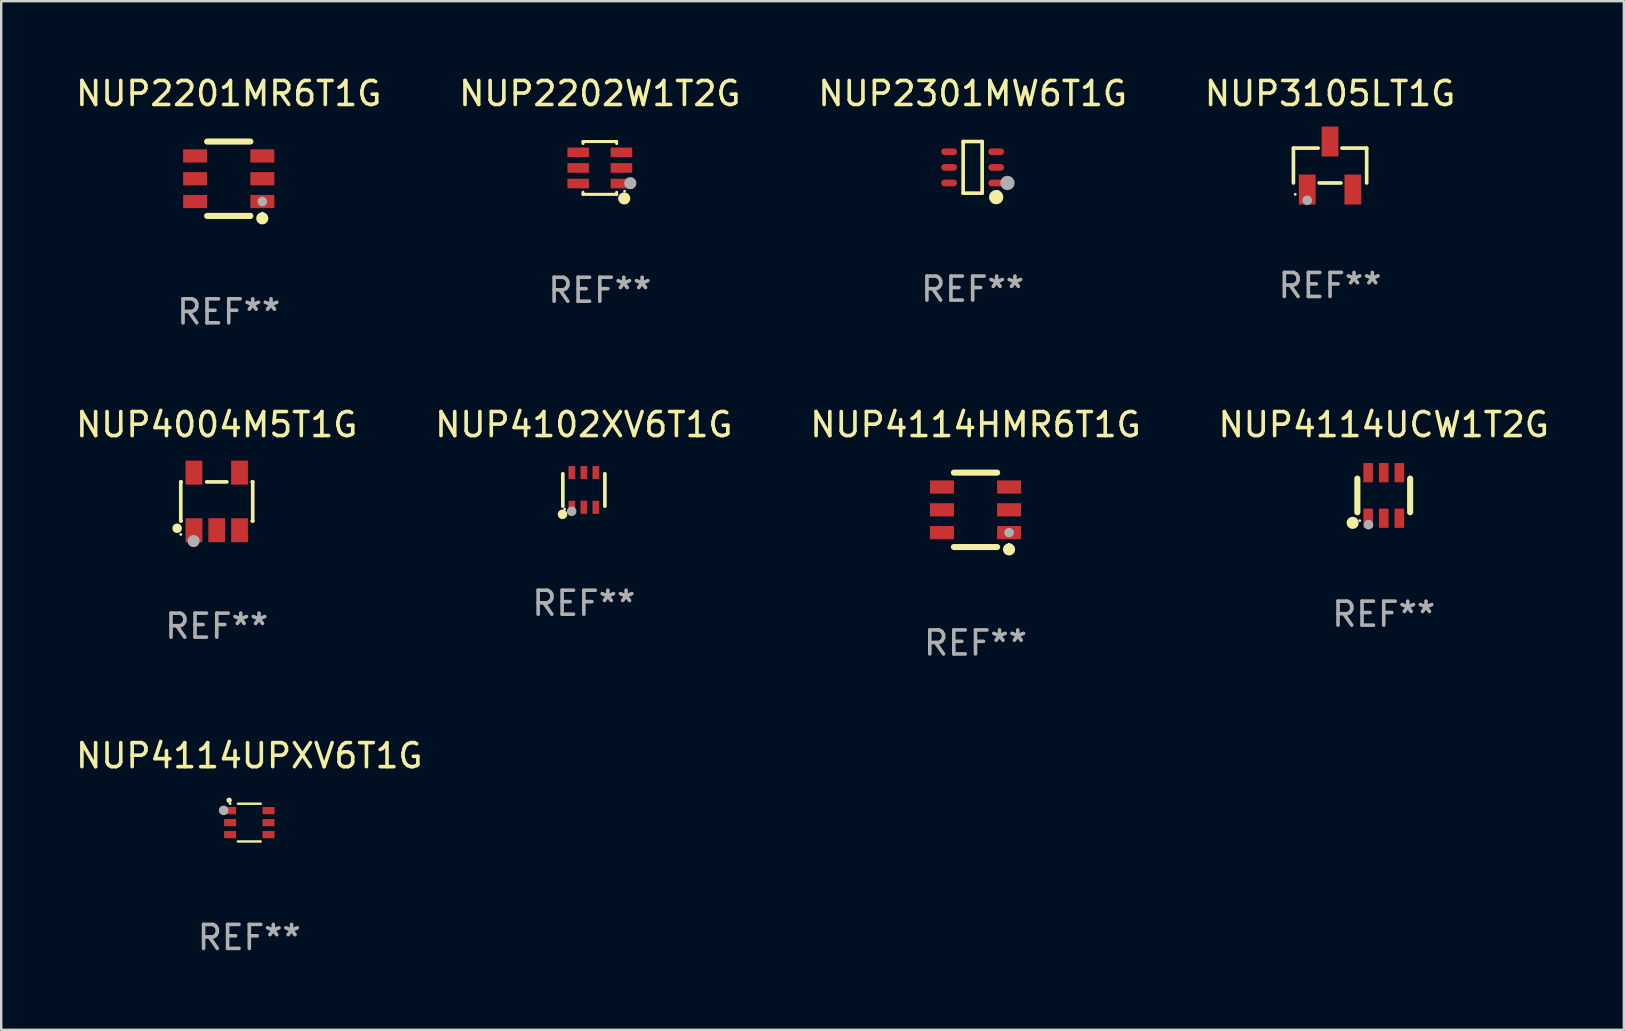
<source format=kicad_pcb>
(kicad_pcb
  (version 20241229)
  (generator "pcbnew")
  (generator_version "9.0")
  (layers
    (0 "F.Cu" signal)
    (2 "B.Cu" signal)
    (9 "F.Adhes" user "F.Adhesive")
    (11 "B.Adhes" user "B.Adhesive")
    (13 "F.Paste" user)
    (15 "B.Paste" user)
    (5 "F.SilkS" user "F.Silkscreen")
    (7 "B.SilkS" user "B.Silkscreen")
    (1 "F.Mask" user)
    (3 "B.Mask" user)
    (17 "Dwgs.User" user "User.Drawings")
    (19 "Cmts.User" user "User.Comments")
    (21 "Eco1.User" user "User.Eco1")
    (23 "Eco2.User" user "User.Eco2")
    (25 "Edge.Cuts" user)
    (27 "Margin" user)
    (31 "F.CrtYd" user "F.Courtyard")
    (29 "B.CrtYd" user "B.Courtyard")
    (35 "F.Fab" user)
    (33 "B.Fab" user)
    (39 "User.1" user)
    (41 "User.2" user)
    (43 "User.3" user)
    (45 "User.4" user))
  (footprint "NUP3105LT1G"
    (layer "F.Cu")
    (at 52.375 3.848)
    (property "Reference" "NUP3105LT1G" (at 0 -3 0) (layer "F.SilkS") (effects (font (size 1 1) (thickness 0.15))))
    (attr through_hole)
    (fp_line (start -1.526 -0.726) (end -0.495 -0.726) (stroke (width 0.152) (type solid)) (layer "F.SilkS"))
    (fp_line (start -1.526 0.726) (end -1.526 -0.726) (stroke (width 0.152) (type solid)) (layer "F.SilkS"))
    (fp_line (start 0.455 0.726) (end -0.455 0.726) (stroke (width 0.152) (type solid)) (layer "F.SilkS"))
    (fp_line (start 1.526 -0.726) (end 0.495 -0.726) (stroke (width 0.152) (type solid)) (layer "F.SilkS"))
    (fp_line (start 1.526 0.726) (end 1.526 -0.726) (stroke (width 0.152) (type solid)) (layer "F.SilkS"))
    (fp_circle (center -1.45 1.2) (end -1.42 1.2) (stroke (width 0.06) (type solid)) (fill no) (layer "F.SilkS"))
    (fp_circle (center -0.95 1.45) (end -0.85 1.45) (stroke (width 0.2) (type solid)) (fill no) (layer "F.Fab"))
    (fp_text user "REF**" (at 0 5 0) (layer "F.Fab") (effects (font (size 1 1) (thickness 0.15))))
    (pad "1" smd rect (at -0.95 1 270) (size 1.25 0.7) (layers "F.Cu" "F.Mask" "F.Paste"))
    (pad "2" smd rect (at 0.95 1 270) (size 1.25 0.7) (layers "F.Cu" "F.Mask" "F.Paste"))
    (pad "3" smd rect (at 0 -1 270) (size 1.25 0.7) (layers "F.Cu" "F.Mask" "F.Paste")))
  (footprint "NUP4004M5T1G"
    (layer "F.Cu")
    (at 5.982 17.845)
    (property "Reference" "NUP4004M5T1G" (at 0 -3.2 0) (layer "F.SilkS") (effects (font (size 1 1) (thickness 0.15))))
    (attr through_hole)
    (fp_line (start -1.499 -0.813) (end -1.48 -0.813) (stroke (width 0.152) (type solid)) (layer "F.SilkS"))
    (fp_line (start -1.499 0.813) (end -1.499 -0.813) (stroke (width 0.152) (type solid)) (layer "F.SilkS"))
    (fp_line (start -1.48 0.813) (end -1.499 0.813) (stroke (width 0.152) (type solid)) (layer "F.SilkS"))
    (fp_line (start -0.42 -0.813) (end 0.42 -0.813) (stroke (width 0.152) (type solid)) (layer "F.SilkS"))
    (fp_line (start 1.48 -0.813) (end 1.499 -0.813) (stroke (width 0.152) (type solid)) (layer "F.SilkS"))
    (fp_line (start 1.499 -0.813) (end 1.499 0.813) (stroke (width 0.152) (type solid)) (layer "F.SilkS"))
    (fp_line (start 1.499 0.813) (end 1.48 0.813) (stroke (width 0.152) (type solid)) (layer "F.SilkS"))
    (fp_circle (center -1.651 1.118) (end -1.551 1.118) (stroke (width 0.2) (type solid)) (fill no) (layer "F.SilkS"))
    (fp_circle (center -1.5 1.375) (end -1.47 1.375) (stroke (width 0.06) (type solid)) (fill no) (layer "F.SilkS"))
    (fp_circle (center -0.965 1.651) (end -0.838 1.651) (stroke (width 0.254) (type solid)) (fill no) (layer "F.Fab"))
    (fp_text user "REF**" (at 0 5.2 0) (layer "F.Fab") (effects (font (size 1 1) (thickness 0.15))))
    (pad "1" smd rect (at -0.95 1.2) (size 0.7 1) (layers "F.Cu" "F.Mask" "F.Paste"))
    (pad "2" smd rect (at 0 1.2) (size 0.7 1) (layers "F.Cu" "F.Mask" "F.Paste"))
    (pad "3" smd rect (at 0.95 1.2) (size 0.7 1) (layers "F.Cu" "F.Mask" "F.Paste"))
    (pad "4" smd rect (at 0.95 -1.2) (size 0.7 1) (layers "F.Cu" "F.Mask" "F.Paste"))
    (pad "5" smd rect (at -0.95 -1.2) (size 0.7 1) (layers "F.Cu" "F.Mask" "F.Paste")))
  (footprint "NUP4114UPXV6T1G"
    (layer "F.Cu")
    (at 7.339 31.229)
    (property "Reference" "NUP4114UPXV6T1G" (at 0 -2.787 0) (layer "F.SilkS") (effects (font (size 1 1) (thickness 0.15))))
    (attr through_hole)
    (fp_line (start 0.475 -0.787) (end -0.475 -0.787) (stroke (width 0.1) (type solid)) (layer "F.SilkS"))
    (fp_line (start 0.475 0.787) (end -0.475 0.787) (stroke (width 0.1) (type solid)) (layer "F.SilkS"))
    (fp_circle (center -0.84 -0.93) (end -0.78 -0.93) (stroke (width 0.102) (type solid)) (fill no) (layer "F.SilkS"))
    (fp_circle (center -0.8 -0.79) (end -0.77 -0.79) (stroke (width 0.06) (type solid)) (fill no) (layer "F.SilkS"))
    (fp_circle (center -1.07 -0.51) (end -0.97 -0.51) (stroke (width 0.2) (type solid)) (fill no) (layer "F.Fab"))
    (fp_text user "REF**" (at 0 4.787 0) (layer "F.Fab") (effects (font (size 1 1) (thickness 0.15))))
    (pad "1" smd rect (at -0.8 -0.499 270) (size 0.3 0.5) (layers "F.Cu" "F.Mask" "F.Paste"))
    (pad "2" smd rect (at -0.8 0.001 270) (size 0.3 0.5) (layers "F.Cu" "F.Mask" "F.Paste"))
    (pad "3" smd rect (at -0.8 0.501 270) (size 0.3 0.5) (layers "F.Cu" "F.Mask" "F.Paste"))
    (pad "4" smd rect (at 0.8 0.501 270) (size 0.3 0.5) (layers "F.Cu" "F.Mask" "F.Paste"))
    (pad "5" smd rect (at 0.8 0.001 270) (size 0.3 0.5) (layers "F.Cu" "F.Mask" "F.Paste"))
    (pad "6" smd rect (at 0.8 -0.499 270) (size 0.3 0.5) (layers "F.Cu" "F.Mask" "F.Paste")))
  (footprint "NUP2201MR6T1G"
    (layer "F.Cu")
    (at 6.482 4.398)
    (property "Reference" "NUP2201MR6T1G" (at 0 -3.55 0) (layer "F.SilkS") (effects (font (size 1 1) (thickness 0.15))))
    (attr through_hole)
    (fp_line (start -0.9 -1.55) (end 0.9 -1.55) (stroke (width 0.254) (type solid)) (layer "F.SilkS"))
    (fp_line (start -0.9 1.55) (end 0.9 1.55) (stroke (width 0.254) (type solid)) (layer "F.SilkS"))
    (fp_circle (center 1.397 1.651) (end 1.524 1.651) (stroke (width 0.254) (type solid)) (fill no) (layer "F.SilkS"))
    (fp_circle (center 1.4 1.435) (end 1.43 1.435) (stroke (width 0.06) (type solid)) (fill no) (layer "F.SilkS"))
    (fp_circle (center 1.4 0.95) (end 1.5 0.95) (stroke (width 0.2) (type solid)) (fill no) (layer "F.Fab"))
    (fp_text user "REF**" (at 0 5.55 0) (layer "F.Fab") (effects (font (size 1 1) (thickness 0.15))))
    (pad "1" smd rect (at 1.4 0.95) (size 1 0.55) (layers "F.Cu" "F.Mask" "F.Paste"))
    (pad "2" smd rect (at 1.4 -0.000102) (size 1 0.55) (layers "F.Cu" "F.Mask" "F.Paste"))
    (pad "3" smd rect (at 1.4 -0.95) (size 1 0.55) (layers "F.Cu" "F.Mask" "F.Paste"))
    (pad "4" smd rect (at -1.4 -0.95) (size 1 0.55) (layers "F.Cu" "F.Mask" "F.Paste"))
    (pad "5" smd rect (at -1.4 -0.000102) (size 1 0.55) (layers "F.Cu" "F.Mask" "F.Paste"))
    (pad "6" smd rect (at -1.4 0.95) (size 1 0.55) (layers "F.Cu" "F.Mask" "F.Paste")))
  (footprint "NUP4114HMR6T1G"
    (layer "F.Cu")
    (at 37.601 18.195)
    (property "Reference" "NUP4114HMR6T1G" (at 0 -3.55 0) (layer "F.SilkS") (effects (font (size 1 1) (thickness 0.15))))
    (attr through_hole)
    (fp_line (start -0.9 -1.55) (end 0.9 -1.55) (stroke (width 0.254) (type solid)) (layer "F.SilkS"))
    (fp_line (start -0.9 1.55) (end 0.9 1.55) (stroke (width 0.254) (type solid)) (layer "F.SilkS"))
    (fp_circle (center 1.397 1.651) (end 1.524 1.651) (stroke (width 0.254) (type solid)) (fill no) (layer "F.SilkS"))
    (fp_circle (center 1.4 1.435) (end 1.43 1.435) (stroke (width 0.06) (type solid)) (fill no) (layer "F.SilkS"))
    (fp_circle (center 1.4 0.95) (end 1.5 0.95) (stroke (width 0.2) (type solid)) (fill no) (layer "F.Fab"))
    (fp_text user "REF**" (at 0 5.55 0) (layer "F.Fab") (effects (font (size 1 1) (thickness 0.15))))
    (pad "1" smd rect (at 1.4 0.95) (size 1 0.55) (layers "F.Cu" "F.Mask" "F.Paste"))
    (pad "2" smd rect (at 1.4 -0.000102) (size 1 0.55) (layers "F.Cu" "F.Mask" "F.Paste"))
    (pad "3" smd rect (at 1.4 -0.95) (size 1 0.55) (layers "F.Cu" "F.Mask" "F.Paste"))
    (pad "4" smd rect (at -1.4 -0.95) (size 1 0.55) (layers "F.Cu" "F.Mask" "F.Paste"))
    (pad "5" smd rect (at -1.4 -0.000102) (size 1 0.55) (layers "F.Cu" "F.Mask" "F.Paste"))
    (pad "6" smd rect (at -1.4 0.95) (size 1 0.55) (layers "F.Cu" "F.Mask" "F.Paste")))
  (footprint "NUP2301MW6T1G"
    (layer "F.Cu")
    (at 37.482 3.924)
    (property "Reference" "NUP2301MW6T1G" (at 0 -3.076 0) (layer "F.SilkS") (effects (font (size 1 1) (thickness 0.15))))
    (attr through_hole)
    (fp_line (start -0.396 -1.076) (end 0.396 -1.076) (stroke (width 0.152) (type solid)) (layer "F.SilkS"))
    (fp_line (start -0.396 1.076) (end -0.396 -1.076) (stroke (width 0.152) (type solid)) (layer "F.SilkS"))
    (fp_line (start 0.396 -1.076) (end 0.396 1.076) (stroke (width 0.152) (type solid)) (layer "F.SilkS"))
    (fp_line (start 0.396 1.076) (end -0.396 1.076) (stroke (width 0.152) (type solid)) (layer "F.SilkS"))
    (fp_circle (center 0.98 1.242) (end 1.13 1.242) (stroke (width 0.3) (type solid)) (fill no) (layer "F.SilkS"))
    (fp_circle (center 1.05 1) (end 1.08 1) (stroke (width 0.06) (type solid)) (fill no) (layer "F.SilkS"))
    (fp_circle (center 1.45 0.65) (end 1.6 0.65) (stroke (width 0.3) (type solid)) (fill no) (layer "F.Fab"))
    (fp_text user "REF**" (at 0 5.076 0) (layer "F.Fab") (effects (font (size 1 1) (thickness 0.15))))
    (pad "1" smd oval (at 0.98 0.65 90) (size 0.28 0.66) (layers "F.Cu" "F.Mask" "F.Paste"))
    (pad "2" smd oval (at 0.98 0 90) (size 0.28 0.66) (layers "F.Cu" "F.Mask" "F.Paste"))
    (pad "3" smd oval (at 0.98 -0.65 90) (size 0.28 0.66) (layers "F.Cu" "F.Mask" "F.Paste"))
    (pad "4" smd oval (at -0.98 -0.65 90) (size 0.28 0.66) (layers "F.Cu" "F.Mask" "F.Paste"))
    (pad "5" smd oval (at -0.98 0 90) (size 0.28 0.66) (layers "F.Cu" "F.Mask" "F.Paste"))
    (pad "6" smd oval (at -0.98 0.65 90) (size 0.28 0.66) (layers "F.Cu" "F.Mask" "F.Paste")))
  (footprint "NUP2202W1T2G"
    (layer "F.Cu")
    (at 21.946 3.948)
    (property "Reference" "NUP2202W1T2G" (at 0 -3.1 0) (layer "F.SilkS") (effects (font (size 1 1) (thickness 0.15))))
    (attr through_hole)
    (fp_line (start -0.7 -1.018) (end -0.7 -1.1) (stroke (width 0.127) (type solid)) (layer "F.SilkS"))
    (fp_line (start -0.7 1.1) (end -0.7 1.018) (stroke (width 0.127) (type solid)) (layer "F.SilkS"))
    (fp_line (start 0.7 -1.1) (end -0.7 -1.1) (stroke (width 0.127) (type solid)) (layer "F.SilkS"))
    (fp_line (start 0.7 -1.018) (end 0.7 -1.1) (stroke (width 0.127) (type solid)) (layer "F.SilkS"))
    (fp_line (start 0.7 1.1) (end -0.7 1.1) (stroke (width 0.127) (type solid)) (layer "F.SilkS"))
    (fp_line (start 0.7 1.1) (end 0.7 1.018) (stroke (width 0.127) (type solid)) (layer "F.SilkS"))
    (fp_circle (center 1.016 1.27) (end 1.143 1.27) (stroke (width 0.254) (type solid)) (fill no) (layer "F.SilkS"))
    (fp_circle (center 1.032 0.97) (end 1.062 0.97) (stroke (width 0.06) (type solid)) (fill no) (layer "F.SilkS"))
    (fp_circle (center 1.27 0.635) (end 1.397 0.635) (stroke (width 0.254) (type solid)) (fill no) (layer "F.Fab"))
    (fp_text user "REF**" (at 0 5.1 0) (layer "F.Fab") (effects (font (size 1 1) (thickness 0.15))))
    (pad "1" smd rect (at 0.9 0.65 90) (size 0.4 0.9) (layers "F.Cu" "F.Mask" "F.Paste"))
    (pad "2" smd rect (at 0.9 -0.000102 90) (size 0.4 0.9) (layers "F.Cu" "F.Mask" "F.Paste"))
    (pad "3" smd rect (at 0.9 -0.65 90) (size 0.4 0.9) (layers "F.Cu" "F.Mask" "F.Paste"))
    (pad "4" smd rect (at -0.9 -0.65 90) (size 0.4 0.9) (layers "F.Cu" "F.Mask" "F.Paste"))
    (pad "5" smd rect (at -0.9 -0.000102 90) (size 0.4 0.9) (layers "F.Cu" "F.Mask" "F.Paste"))
    (pad "6" smd rect (at -0.9 0.65 90) (size 0.4 0.9) (layers "F.Cu" "F.Mask" "F.Paste")))
  (footprint "NUP4114UCW1T2G"
    (layer "F.Cu")
    (at 54.613 17.595)
    (property "Reference" "NUP4114UCW1T2G" (at 0 -2.95 0) (layer "F.SilkS") (effects (font (size 1 1) (thickness 0.15))))
    (attr through_hole)
    (fp_line (start -1.1 -0.7) (end -1.1 0.7) (stroke (width 0.254) (type solid)) (layer "F.SilkS"))
    (fp_line (start 1.1 -0.7) (end 1.1 0.7) (stroke (width 0.254) (type solid)) (layer "F.SilkS"))
    (fp_circle (center -1.295 1.143) (end -1.168 1.143) (stroke (width 0.254) (type solid)) (fill no) (layer "F.SilkS"))
    (fp_circle (center -1 1.05) (end -0.97 1.05) (stroke (width 0.06) (type solid)) (fill no) (layer "F.SilkS"))
    (fp_circle (center -0.635 1.219) (end -0.535 1.219) (stroke (width 0.2) (type solid)) (fill no) (layer "F.Fab"))
    (fp_text user "REF**" (at 0 4.95 0) (layer "F.Fab") (effects (font (size 1 1) (thickness 0.15))))
    (pad "1" smd rect (at -0.65 0.95) (size 0.4 0.8) (layers "F.Cu" "F.Mask" "F.Paste"))
    (pad "2" smd rect (at 0 0.95) (size 0.4 0.8) (layers "F.Cu" "F.Mask" "F.Paste"))
    (pad "3" smd rect (at 0.65 0.95) (size 0.4 0.8) (layers "F.Cu" "F.Mask" "F.Paste"))
    (pad "4" smd rect (at 0.65 -0.95) (size 0.4 0.8) (layers "F.Cu" "F.Mask" "F.Paste"))
    (pad "5" smd rect (at 0 -0.95) (size 0.4 0.8) (layers "F.Cu" "F.Mask" "F.Paste"))
    (pad "6" smd rect (at -0.65 -0.95) (size 0.4 0.8) (layers "F.Cu" "F.Mask" "F.Paste")))
  (footprint "NUP4102XV6T1G"
    (layer "F.Cu")
    (at 21.28 17.367)
    (property "Reference" "NUP4102XV6T1G" (at 0 -2.723 0) (layer "F.SilkS") (effects (font (size 1 1) (thickness 0.15))))
    (attr through_hole)
    (fp_line (start -0.876 0.676) (end -0.876 -0.676) (stroke (width 0.152) (type solid)) (layer "F.SilkS"))
    (fp_line (start 0.876 0.676) (end 0.876 -0.676) (stroke (width 0.152) (type solid)) (layer "F.SilkS"))
    (fp_circle (center -0.889 1.016) (end -0.789 1.016) (stroke (width 0.2) (type solid)) (fill no) (layer "F.SilkS"))
    (fp_circle (center -0.8 0.795) (end -0.77 0.795) (stroke (width 0.06) (type solid)) (fill no) (layer "F.SilkS"))
    (fp_circle (center -0.508 0.889) (end -0.408 0.889) (stroke (width 0.2) (type solid)) (fill no) (layer "F.Fab"))
    (fp_text user "REF**" (at 0 4.723 0) (layer "F.Fab") (effects (font (size 1 1) (thickness 0.15))))
    (pad "1" smd rect (at -0.5 0.723) (size 0.28 0.545) (layers "F.Cu" "F.Mask" "F.Paste"))
    (pad "2" smd rect (at 0 0.723) (size 0.28 0.545) (layers "F.Cu" "F.Mask" "F.Paste"))
    (pad "3" smd rect (at 0.5 0.723) (size 0.28 0.545) (layers "F.Cu" "F.Mask" "F.Paste"))
    (pad "4" smd rect (at 0.5 -0.723) (size 0.28 0.545) (layers "F.Cu" "F.Mask" "F.Paste"))
    (pad "5" smd rect (at 0 -0.723) (size 0.28 0.545) (layers "F.Cu" "F.Mask" "F.Paste"))
    (pad "6" smd rect (at -0.5 -0.723) (size 0.28 0.545) (layers "F.Cu" "F.Mask" "F.Paste")))
  (gr_rect
    (start -3 -3)
    (end 64.619 39.864)
    (stroke (width 0.1) (type default))
    (fill no)
    (layer "Edge.Cuts")))
</source>
